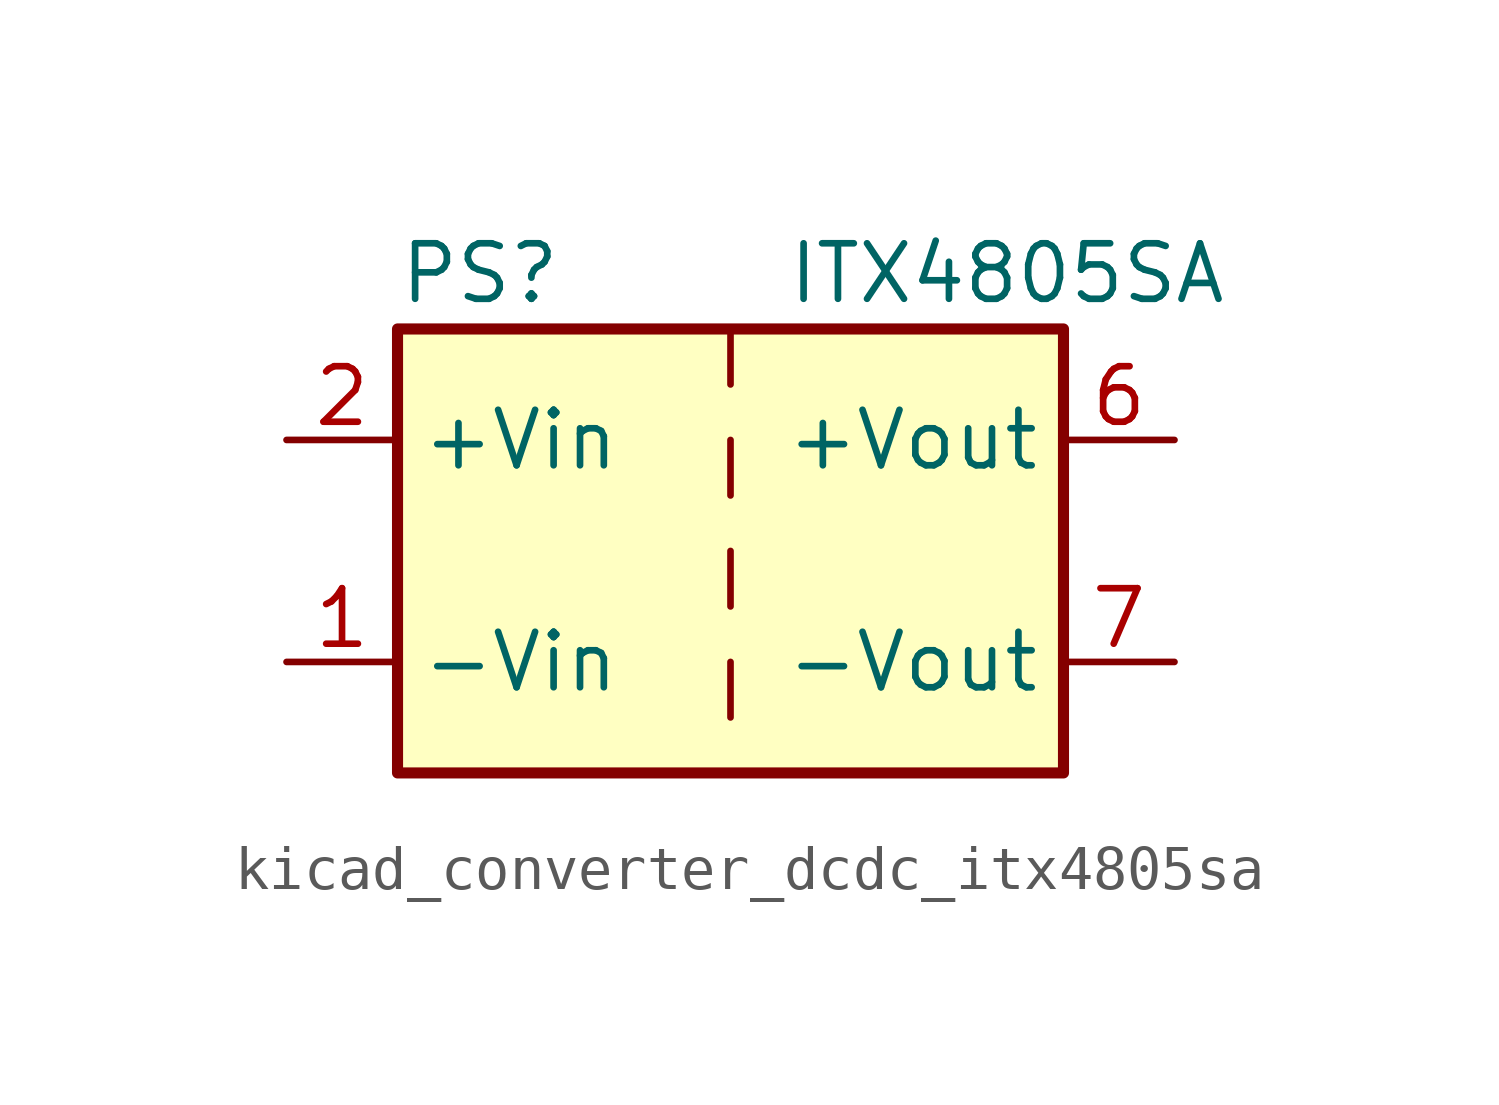
<source format=kicad_sym>
(kicad_symbol_lib
  (version 20220914)
  (generator kicad_symbol_editor)
  (symbol "kicad_converter_dcdc_itx4805sa"
    (property "Reference" "PS"
      (at -7.62 6.35 0)
      (effects (font (size 1.27 1.27)) (justify left)))
    (property "Value" "ITX4805SA"
      (at 1.27 6.35 0)
      (effects (font (size 1.27 1.27)) (justify left)))
    (symbol "kicad_converter_dcdc_itx4805sa_0_0"
      (pin power_in line (at -10.16 -2.54 0) (length 2.54) (name "-Vin" (effects (font (size 1.27 1.27)))) (number "1" (effects (font (size 1.27 1.27)))))
      (pin power_in line (at -10.16 2.54 0) (length 2.54) (name "+Vin" (effects (font (size 1.27 1.27)))) (number "2" (effects (font (size 1.27 1.27)))))
      (pin power_out line (at 10.16 2.54 180) (length 2.54) (name "+Vout" (effects (font (size 1.27 1.27)))) (number "6" (effects (font (size 1.27 1.27)))))
      (pin power_out line (at 10.16 -2.54 180) (length 2.54) (name "-Vout" (effects (font (size 1.27 1.27)))) (number "7" (effects (font (size 1.27 1.27)))))
      (pin no_connect line (at 7.62 0 180) (length 2.54) hide (name "NC" (effects (font (size 1.27 1.27)))) (number "8" (effects (font (size 1.27 1.27))))))
    (symbol "kicad_converter_dcdc_itx4805sa_0_1"
      (rectangle (start -7.62 5.08) (end 7.62 -5.08) (stroke (width 0.254) (type default)) (fill (type background)))
      (polyline (pts (xy 0 -2.54) (xy 0 -3.81)) (stroke (width 0) (type default)) (fill (type none)))
      (polyline (pts (xy 0 0) (xy 0 -1.27)) (stroke (width 0) (type default)) (fill (type none)))
      (polyline (pts (xy 0 2.54) (xy 0 1.27)) (stroke (width 0) (type default)) (fill (type none)))
      (polyline (pts (xy 0 5.08) (xy 0 3.81)) (stroke (width 0) (type default)) (fill (type none))))))
</source>
